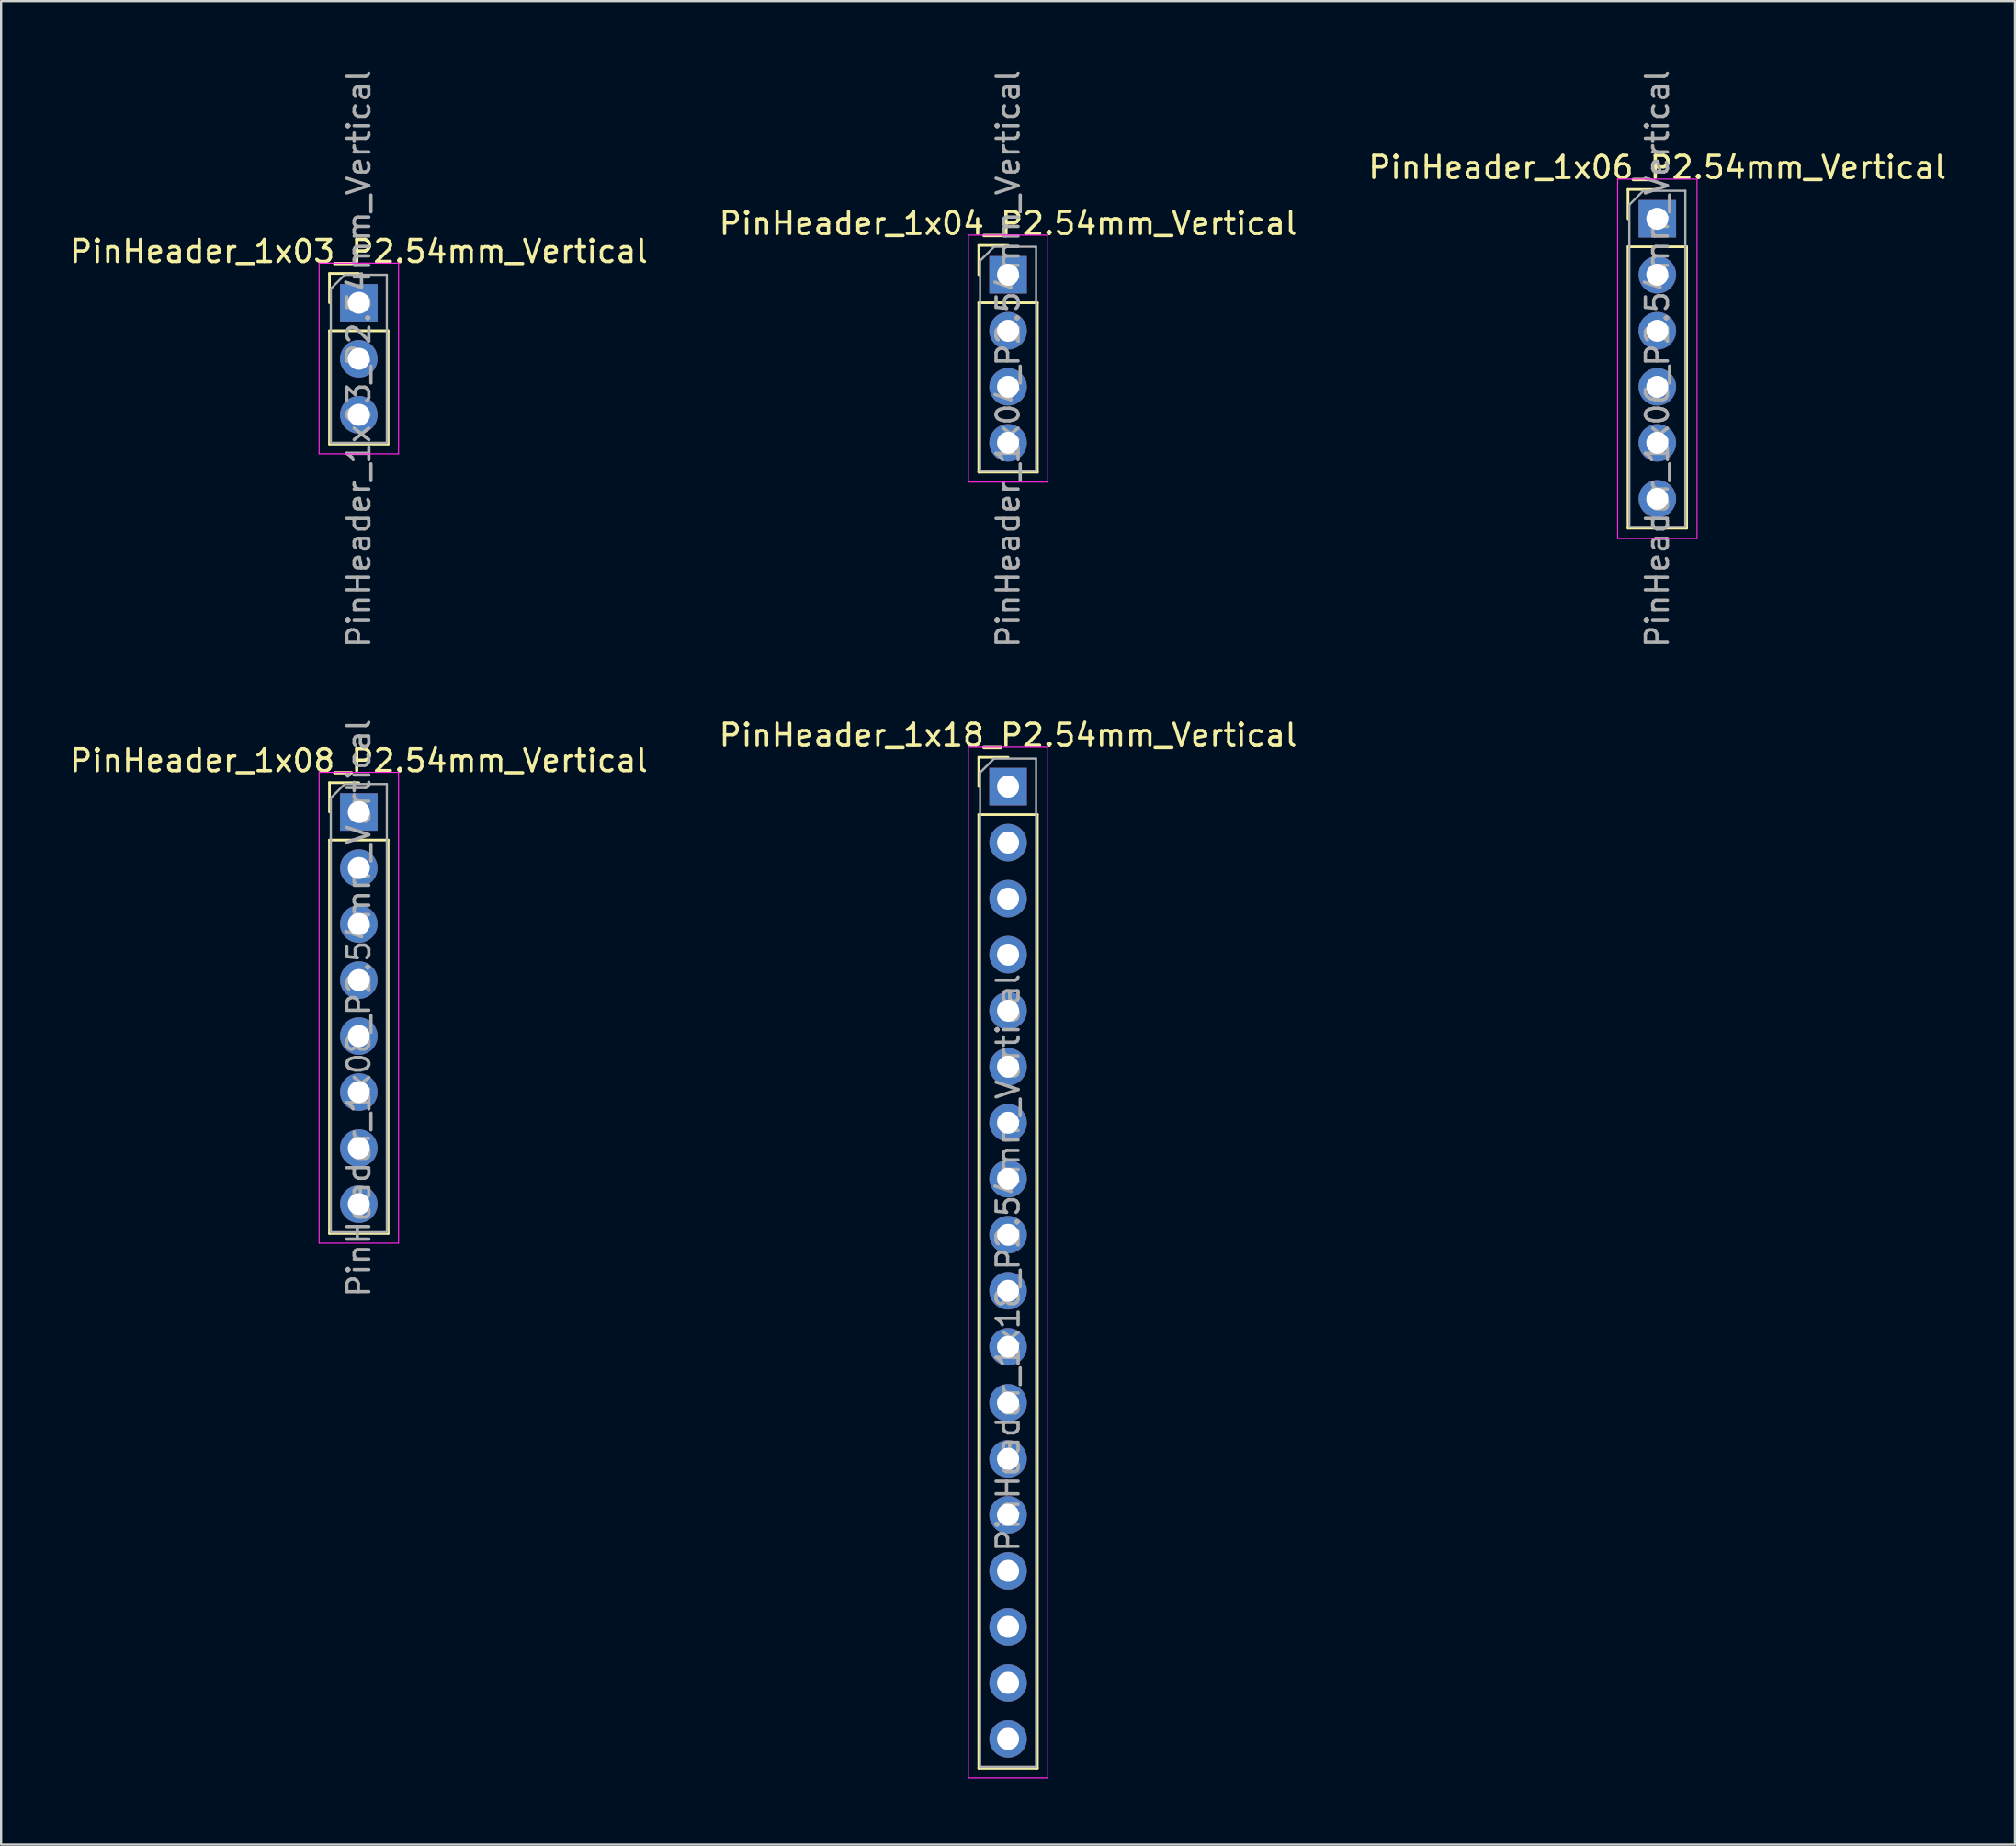
<source format=kicad_pcb>
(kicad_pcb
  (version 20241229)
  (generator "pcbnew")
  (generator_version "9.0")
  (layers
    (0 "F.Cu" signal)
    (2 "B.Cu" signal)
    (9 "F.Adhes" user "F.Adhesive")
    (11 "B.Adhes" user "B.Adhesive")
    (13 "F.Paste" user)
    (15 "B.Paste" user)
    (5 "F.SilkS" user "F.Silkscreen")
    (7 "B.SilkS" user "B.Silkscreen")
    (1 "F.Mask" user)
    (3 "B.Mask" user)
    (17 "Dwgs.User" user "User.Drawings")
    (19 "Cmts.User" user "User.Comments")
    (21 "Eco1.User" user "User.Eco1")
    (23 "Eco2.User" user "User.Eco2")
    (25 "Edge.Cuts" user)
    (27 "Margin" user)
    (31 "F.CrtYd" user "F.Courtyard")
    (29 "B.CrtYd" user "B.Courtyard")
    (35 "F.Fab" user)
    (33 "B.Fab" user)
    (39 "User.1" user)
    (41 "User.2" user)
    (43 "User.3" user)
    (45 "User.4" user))
  (footprint "PinHeader_1x18_P2.54mm_Vertical"
    (layer "F.Cu")
    (at 42.661 32.619)
    (property "Reference" "PinHeader_1x18_P2.54mm_Vertical" (at 0 -2.33 0) (layer "F.SilkS") (effects (font (size 1 1) (thickness 0.15))))
    (attr through_hole)
    (fp_line (start -1.33 -1.33) (end 0 -1.33) (stroke (width 0.12) (type solid)) (layer "F.SilkS"))
    (fp_line (start -1.33 0) (end -1.33 -1.33) (stroke (width 0.12) (type solid)) (layer "F.SilkS"))
    (fp_line (start -1.33 1.27) (end -1.33 44.51) (stroke (width 0.12) (type solid)) (layer "F.SilkS"))
    (fp_line (start -1.33 1.27) (end 1.33 1.27) (stroke (width 0.12) (type solid)) (layer "F.SilkS"))
    (fp_line (start -1.33 44.51) (end 1.33 44.51) (stroke (width 0.12) (type solid)) (layer "F.SilkS"))
    (fp_line (start 1.33 1.27) (end 1.33 44.51) (stroke (width 0.12) (type solid)) (layer "F.SilkS"))
    (fp_line (start -1.8 -1.8) (end -1.8 44.95) (stroke (width 0.05) (type solid)) (layer "F.CrtYd"))
    (fp_line (start -1.8 44.95) (end 1.8 44.95) (stroke (width 0.05) (type solid)) (layer "F.CrtYd"))
    (fp_line (start 1.8 -1.8) (end -1.8 -1.8) (stroke (width 0.05) (type solid)) (layer "F.CrtYd"))
    (fp_line (start 1.8 44.95) (end 1.8 -1.8) (stroke (width 0.05) (type solid)) (layer "F.CrtYd"))
    (fp_line (start -1.27 -0.635) (end -0.635 -1.27) (stroke (width 0.1) (type solid)) (layer "F.Fab"))
    (fp_line (start -1.27 44.45) (end -1.27 -0.635) (stroke (width 0.1) (type solid)) (layer "F.Fab"))
    (fp_line (start -0.635 -1.27) (end 1.27 -1.27) (stroke (width 0.1) (type solid)) (layer "F.Fab"))
    (fp_line (start 1.27 -1.27) (end 1.27 44.45) (stroke (width 0.1) (type solid)) (layer "F.Fab"))
    (fp_line (start 1.27 44.45) (end -1.27 44.45) (stroke (width 0.1) (type solid)) (layer "F.Fab"))
    (fp_text user "${REFERENCE}" (at 0 21.59 90) (layer "F.Fab") (effects (font (size 1 1) (thickness 0.15))))
    (pad "1" thru_hole rect (at 0 0) (size 1.7 1.7) (drill 1) (layers "*.Cu" "*.Mask"))
    (pad "2" thru_hole oval (at 0 2.54) (size 1.7 1.7) (drill 1) (layers "*.Cu" "*.Mask"))
    (pad "3" thru_hole oval (at 0 5.08) (size 1.7 1.7) (drill 1) (layers "*.Cu" "*.Mask"))
    (pad "4" thru_hole oval (at 0 7.62) (size 1.7 1.7) (drill 1) (layers "*.Cu" "*.Mask"))
    (pad "5" thru_hole oval (at 0 10.16) (size 1.7 1.7) (drill 1) (layers "*.Cu" "*.Mask"))
    (pad "6" thru_hole oval (at 0 12.7) (size 1.7 1.7) (drill 1) (layers "*.Cu" "*.Mask"))
    (pad "7" thru_hole oval (at 0 15.24) (size 1.7 1.7) (drill 1) (layers "*.Cu" "*.Mask"))
    (pad "8" thru_hole oval (at 0 17.78) (size 1.7 1.7) (drill 1) (layers "*.Cu" "*.Mask"))
    (pad "9" thru_hole oval (at 0 20.32) (size 1.7 1.7) (drill 1) (layers "*.Cu" "*.Mask"))
    (pad "10" thru_hole oval (at 0 22.86) (size 1.7 1.7) (drill 1) (layers "*.Cu" "*.Mask"))
    (pad "11" thru_hole oval (at 0 25.4) (size 1.7 1.7) (drill 1) (layers "*.Cu" "*.Mask"))
    (pad "12" thru_hole oval (at 0 27.94) (size 1.7 1.7) (drill 1) (layers "*.Cu" "*.Mask"))
    (pad "13" thru_hole oval (at 0 30.48) (size 1.7 1.7) (drill 1) (layers "*.Cu" "*.Mask"))
    (pad "14" thru_hole oval (at 0 33.02) (size 1.7 1.7) (drill 1) (layers "*.Cu" "*.Mask"))
    (pad "15" thru_hole oval (at 0 35.56) (size 1.7 1.7) (drill 1) (layers "*.Cu" "*.Mask"))
    (pad "16" thru_hole oval (at 0 38.1) (size 1.7 1.7) (drill 1) (layers "*.Cu" "*.Mask"))
    (pad "17" thru_hole oval (at 0 40.64) (size 1.7 1.7) (drill 1) (layers "*.Cu" "*.Mask"))
    (pad "18" thru_hole oval (at 0 43.18) (size 1.7 1.7) (drill 1) (layers "*.Cu" "*.Mask")))
  (footprint "PinHeader_1x08_P2.54mm_Vertical"
    (layer "F.Cu")
    (at 13.22 33.771)
    (property "Reference" "PinHeader_1x08_P2.54mm_Vertical" (at 0 -2.33 0) (layer "F.SilkS") (effects (font (size 1 1) (thickness 0.15))))
    (attr through_hole)
    (fp_line (start -1.33 -1.33) (end 0 -1.33) (stroke (width 0.12) (type solid)) (layer "F.SilkS"))
    (fp_line (start -1.33 0) (end -1.33 -1.33) (stroke (width 0.12) (type solid)) (layer "F.SilkS"))
    (fp_line (start -1.33 1.27) (end -1.33 19.11) (stroke (width 0.12) (type solid)) (layer "F.SilkS"))
    (fp_line (start -1.33 1.27) (end 1.33 1.27) (stroke (width 0.12) (type solid)) (layer "F.SilkS"))
    (fp_line (start -1.33 19.11) (end 1.33 19.11) (stroke (width 0.12) (type solid)) (layer "F.SilkS"))
    (fp_line (start 1.33 1.27) (end 1.33 19.11) (stroke (width 0.12) (type solid)) (layer "F.SilkS"))
    (fp_line (start -1.8 -1.8) (end -1.8 19.55) (stroke (width 0.05) (type solid)) (layer "F.CrtYd"))
    (fp_line (start -1.8 19.55) (end 1.8 19.55) (stroke (width 0.05) (type solid)) (layer "F.CrtYd"))
    (fp_line (start 1.8 -1.8) (end -1.8 -1.8) (stroke (width 0.05) (type solid)) (layer "F.CrtYd"))
    (fp_line (start 1.8 19.55) (end 1.8 -1.8) (stroke (width 0.05) (type solid)) (layer "F.CrtYd"))
    (fp_line (start -1.27 -0.635) (end -0.635 -1.27) (stroke (width 0.1) (type solid)) (layer "F.Fab"))
    (fp_line (start -1.27 19.05) (end -1.27 -0.635) (stroke (width 0.1) (type solid)) (layer "F.Fab"))
    (fp_line (start -0.635 -1.27) (end 1.27 -1.27) (stroke (width 0.1) (type solid)) (layer "F.Fab"))
    (fp_line (start 1.27 -1.27) (end 1.27 19.05) (stroke (width 0.1) (type solid)) (layer "F.Fab"))
    (fp_line (start 1.27 19.05) (end -1.27 19.05) (stroke (width 0.1) (type solid)) (layer "F.Fab"))
    (fp_text user "${REFERENCE}" (at 0 8.89 90) (layer "F.Fab") (effects (font (size 1 1) (thickness 0.15))))
    (pad "1" thru_hole rect (at 0 0) (size 1.7 1.7) (drill 1) (layers "*.Cu" "*.Mask"))
    (pad "2" thru_hole oval (at 0 2.54) (size 1.7 1.7) (drill 1) (layers "*.Cu" "*.Mask"))
    (pad "3" thru_hole oval (at 0 5.08) (size 1.7 1.7) (drill 1) (layers "*.Cu" "*.Mask"))
    (pad "4" thru_hole oval (at 0 7.62) (size 1.7 1.7) (drill 1) (layers "*.Cu" "*.Mask"))
    (pad "5" thru_hole oval (at 0 10.16) (size 1.7 1.7) (drill 1) (layers "*.Cu" "*.Mask"))
    (pad "6" thru_hole oval (at 0 12.7) (size 1.7 1.7) (drill 1) (layers "*.Cu" "*.Mask"))
    (pad "7" thru_hole oval (at 0 15.24) (size 1.7 1.7) (drill 1) (layers "*.Cu" "*.Mask"))
    (pad "8" thru_hole oval (at 0 17.78) (size 1.7 1.7) (drill 1) (layers "*.Cu" "*.Mask")))
  (footprint "PinHeader_1x06_P2.54mm_Vertical"
    (layer "F.Cu")
    (at 72.101 6.87)
    (property "Reference" "PinHeader_1x06_P2.54mm_Vertical" (at 0 -2.33 0) (layer "F.SilkS") (effects (font (size 1 1) (thickness 0.15))))
    (attr through_hole)
    (fp_line (start -1.33 -1.33) (end 0 -1.33) (stroke (width 0.12) (type solid)) (layer "F.SilkS"))
    (fp_line (start -1.33 0) (end -1.33 -1.33) (stroke (width 0.12) (type solid)) (layer "F.SilkS"))
    (fp_line (start -1.33 1.27) (end -1.33 14.03) (stroke (width 0.12) (type solid)) (layer "F.SilkS"))
    (fp_line (start -1.33 1.27) (end 1.33 1.27) (stroke (width 0.12) (type solid)) (layer "F.SilkS"))
    (fp_line (start -1.33 14.03) (end 1.33 14.03) (stroke (width 0.12) (type solid)) (layer "F.SilkS"))
    (fp_line (start 1.33 1.27) (end 1.33 14.03) (stroke (width 0.12) (type solid)) (layer "F.SilkS"))
    (fp_line (start -1.8 -1.8) (end -1.8 14.5) (stroke (width 0.05) (type solid)) (layer "F.CrtYd"))
    (fp_line (start -1.8 14.5) (end 1.8 14.5) (stroke (width 0.05) (type solid)) (layer "F.CrtYd"))
    (fp_line (start 1.8 -1.8) (end -1.8 -1.8) (stroke (width 0.05) (type solid)) (layer "F.CrtYd"))
    (fp_line (start 1.8 14.5) (end 1.8 -1.8) (stroke (width 0.05) (type solid)) (layer "F.CrtYd"))
    (fp_line (start -1.27 -0.635) (end -0.635 -1.27) (stroke (width 0.1) (type solid)) (layer "F.Fab"))
    (fp_line (start -1.27 13.97) (end -1.27 -0.635) (stroke (width 0.1) (type solid)) (layer "F.Fab"))
    (fp_line (start -0.635 -1.27) (end 1.27 -1.27) (stroke (width 0.1) (type solid)) (layer "F.Fab"))
    (fp_line (start 1.27 -1.27) (end 1.27 13.97) (stroke (width 0.1) (type solid)) (layer "F.Fab"))
    (fp_line (start 1.27 13.97) (end -1.27 13.97) (stroke (width 0.1) (type solid)) (layer "F.Fab"))
    (fp_text user "${REFERENCE}" (at 0 6.35 90) (layer "F.Fab") (effects (font (size 1 1) (thickness 0.15))))
    (pad "1" thru_hole rect (at 0 0) (size 1.7 1.7) (drill 1) (layers "*.Cu" "*.Mask"))
    (pad "2" thru_hole oval (at 0 2.54) (size 1.7 1.7) (drill 1) (layers "*.Cu" "*.Mask"))
    (pad "3" thru_hole oval (at 0 5.08) (size 1.7 1.7) (drill 1) (layers "*.Cu" "*.Mask"))
    (pad "4" thru_hole oval (at 0 7.62) (size 1.7 1.7) (drill 1) (layers "*.Cu" "*.Mask"))
    (pad "5" thru_hole oval (at 0 10.16) (size 1.7 1.7) (drill 1) (layers "*.Cu" "*.Mask"))
    (pad "6" thru_hole oval (at 0 12.7) (size 1.7 1.7) (drill 1) (layers "*.Cu" "*.Mask")))
  (footprint "PinHeader_1x03_P2.54mm_Vertical"
    (layer "F.Cu")
    (at 13.22 10.68)
    (property "Reference" "PinHeader_1x03_P2.54mm_Vertical" (at 0 -2.33 0) (layer "F.SilkS") (effects (font (size 1 1) (thickness 0.15))))
    (attr through_hole)
    (fp_line (start -1.33 -1.33) (end 0 -1.33) (stroke (width 0.12) (type solid)) (layer "F.SilkS"))
    (fp_line (start -1.33 0) (end -1.33 -1.33) (stroke (width 0.12) (type solid)) (layer "F.SilkS"))
    (fp_line (start -1.33 1.27) (end -1.33 6.41) (stroke (width 0.12) (type solid)) (layer "F.SilkS"))
    (fp_line (start -1.33 1.27) (end 1.33 1.27) (stroke (width 0.12) (type solid)) (layer "F.SilkS"))
    (fp_line (start -1.33 6.41) (end 1.33 6.41) (stroke (width 0.12) (type solid)) (layer "F.SilkS"))
    (fp_line (start 1.33 1.27) (end 1.33 6.41) (stroke (width 0.12) (type solid)) (layer "F.SilkS"))
    (fp_line (start -1.8 -1.8) (end -1.8 6.85) (stroke (width 0.05) (type solid)) (layer "F.CrtYd"))
    (fp_line (start -1.8 6.85) (end 1.8 6.85) (stroke (width 0.05) (type solid)) (layer "F.CrtYd"))
    (fp_line (start 1.8 -1.8) (end -1.8 -1.8) (stroke (width 0.05) (type solid)) (layer "F.CrtYd"))
    (fp_line (start 1.8 6.85) (end 1.8 -1.8) (stroke (width 0.05) (type solid)) (layer "F.CrtYd"))
    (fp_line (start -1.27 -0.635) (end -0.635 -1.27) (stroke (width 0.1) (type solid)) (layer "F.Fab"))
    (fp_line (start -1.27 6.35) (end -1.27 -0.635) (stroke (width 0.1) (type solid)) (layer "F.Fab"))
    (fp_line (start -0.635 -1.27) (end 1.27 -1.27) (stroke (width 0.1) (type solid)) (layer "F.Fab"))
    (fp_line (start 1.27 -1.27) (end 1.27 6.35) (stroke (width 0.1) (type solid)) (layer "F.Fab"))
    (fp_line (start 1.27 6.35) (end -1.27 6.35) (stroke (width 0.1) (type solid)) (layer "F.Fab"))
    (fp_text user "${REFERENCE}" (at 0 2.54 90) (layer "F.Fab") (effects (font (size 1 1) (thickness 0.15))))
    (pad "1" thru_hole rect (at 0 0) (size 1.7 1.7) (drill 1) (layers "*.Cu" "*.Mask"))
    (pad "2" thru_hole oval (at 0 2.54) (size 1.7 1.7) (drill 1) (layers "*.Cu" "*.Mask"))
    (pad "3" thru_hole oval (at 0 5.08) (size 1.7 1.7) (drill 1) (layers "*.Cu" "*.Mask")))
  (footprint "PinHeader_1x04_P2.54mm_Vertical"
    (layer "F.Cu")
    (at 42.661 9.41)
    (property "Reference" "PinHeader_1x04_P2.54mm_Vertical" (at 0 -2.33 0) (layer "F.SilkS") (effects (font (size 1 1) (thickness 0.15))))
    (attr through_hole)
    (fp_line (start -1.33 -1.33) (end 0 -1.33) (stroke (width 0.12) (type solid)) (layer "F.SilkS"))
    (fp_line (start -1.33 0) (end -1.33 -1.33) (stroke (width 0.12) (type solid)) (layer "F.SilkS"))
    (fp_line (start -1.33 1.27) (end -1.33 8.95) (stroke (width 0.12) (type solid)) (layer "F.SilkS"))
    (fp_line (start -1.33 1.27) (end 1.33 1.27) (stroke (width 0.12) (type solid)) (layer "F.SilkS"))
    (fp_line (start -1.33 8.95) (end 1.33 8.95) (stroke (width 0.12) (type solid)) (layer "F.SilkS"))
    (fp_line (start 1.33 1.27) (end 1.33 8.95) (stroke (width 0.12) (type solid)) (layer "F.SilkS"))
    (fp_line (start -1.8 -1.8) (end -1.8 9.4) (stroke (width 0.05) (type solid)) (layer "F.CrtYd"))
    (fp_line (start -1.8 9.4) (end 1.8 9.4) (stroke (width 0.05) (type solid)) (layer "F.CrtYd"))
    (fp_line (start 1.8 -1.8) (end -1.8 -1.8) (stroke (width 0.05) (type solid)) (layer "F.CrtYd"))
    (fp_line (start 1.8 9.4) (end 1.8 -1.8) (stroke (width 0.05) (type solid)) (layer "F.CrtYd"))
    (fp_line (start -1.27 -0.635) (end -0.635 -1.27) (stroke (width 0.1) (type solid)) (layer "F.Fab"))
    (fp_line (start -1.27 8.89) (end -1.27 -0.635) (stroke (width 0.1) (type solid)) (layer "F.Fab"))
    (fp_line (start -0.635 -1.27) (end 1.27 -1.27) (stroke (width 0.1) (type solid)) (layer "F.Fab"))
    (fp_line (start 1.27 -1.27) (end 1.27 8.89) (stroke (width 0.1) (type solid)) (layer "F.Fab"))
    (fp_line (start 1.27 8.89) (end -1.27 8.89) (stroke (width 0.1) (type solid)) (layer "F.Fab"))
    (fp_text user "${REFERENCE}" (at 0 3.81 90) (layer "F.Fab") (effects (font (size 1 1) (thickness 0.15))))
    (pad "1" thru_hole rect (at 0 0) (size 1.7 1.7) (drill 1) (layers "*.Cu" "*.Mask"))
    (pad "2" thru_hole oval (at 0 2.54) (size 1.7 1.7) (drill 1) (layers "*.Cu" "*.Mask"))
    (pad "3" thru_hole oval (at 0 5.08) (size 1.7 1.7) (drill 1) (layers "*.Cu" "*.Mask"))
    (pad "4" thru_hole oval (at 0 7.62) (size 1.7 1.7) (drill 1) (layers "*.Cu" "*.Mask")))
  (gr_rect
    (start -3 -3)
    (end 88.321 80.594)
    (stroke (width 0.1) (type default))
    (fill no)
    (layer "Edge.Cuts")))
</source>
